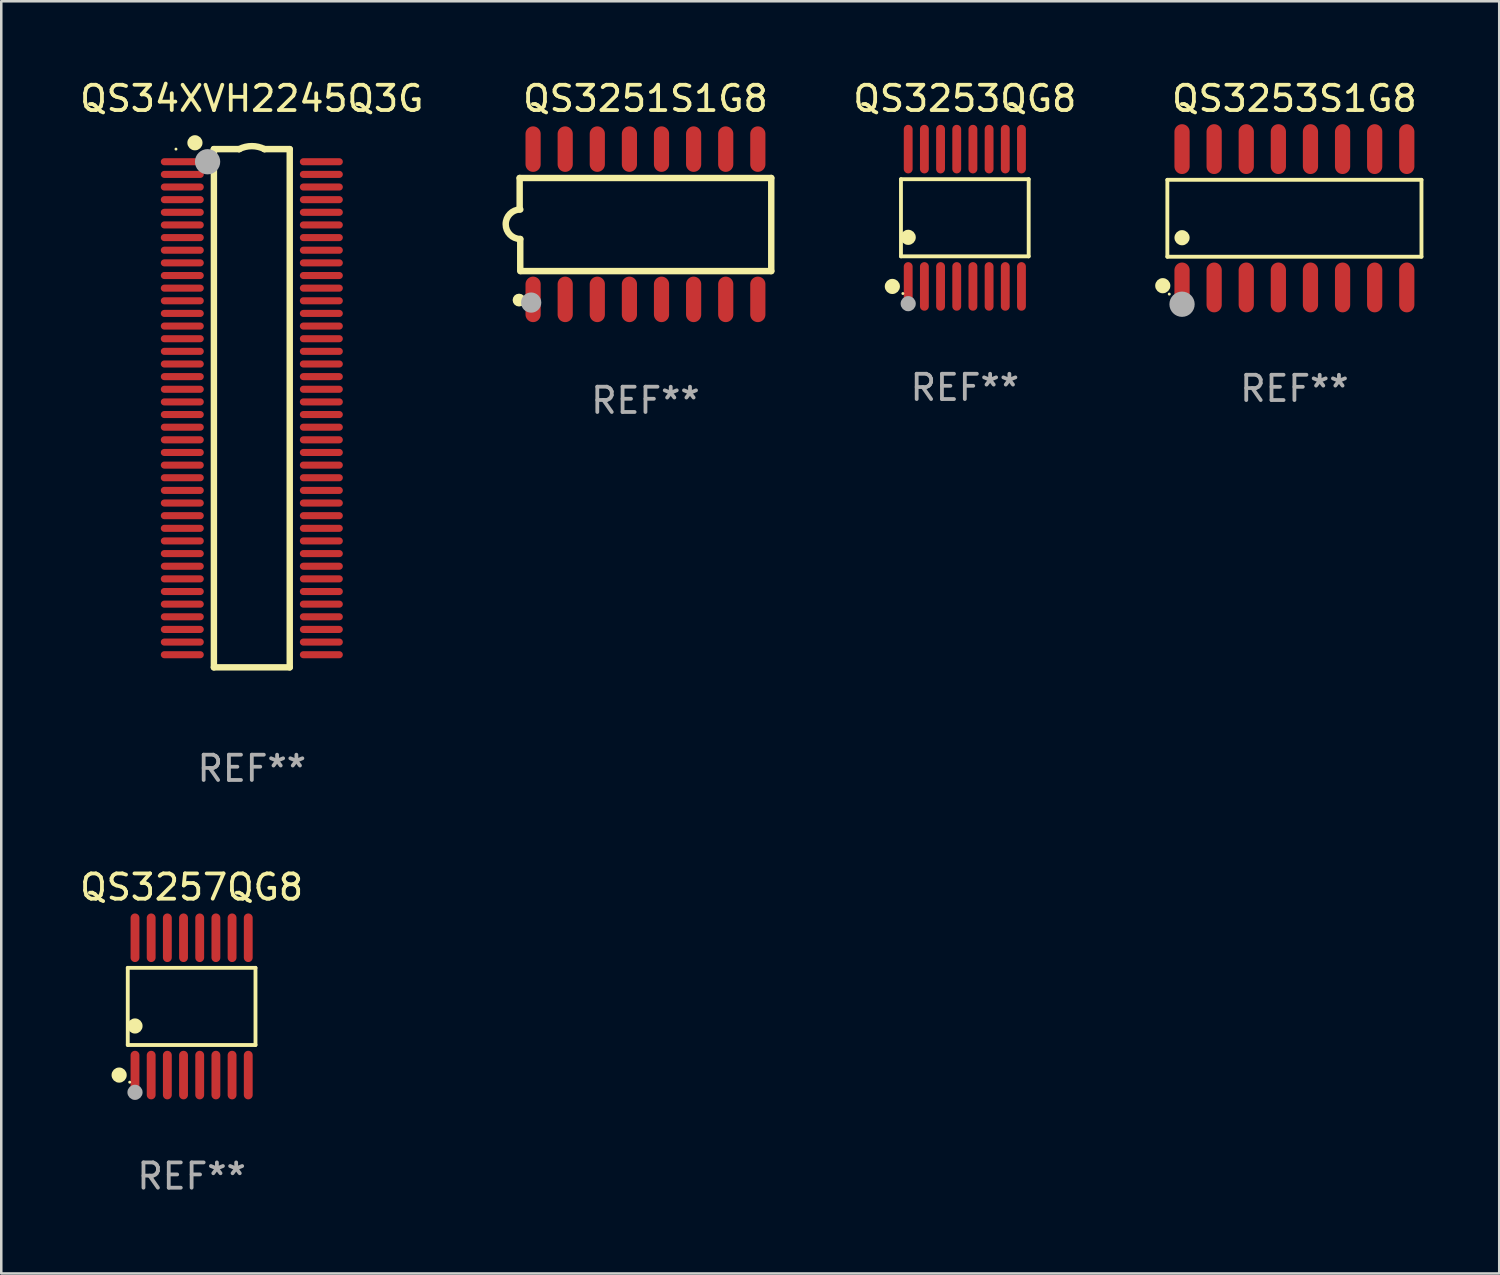
<source format=kicad_pcb>
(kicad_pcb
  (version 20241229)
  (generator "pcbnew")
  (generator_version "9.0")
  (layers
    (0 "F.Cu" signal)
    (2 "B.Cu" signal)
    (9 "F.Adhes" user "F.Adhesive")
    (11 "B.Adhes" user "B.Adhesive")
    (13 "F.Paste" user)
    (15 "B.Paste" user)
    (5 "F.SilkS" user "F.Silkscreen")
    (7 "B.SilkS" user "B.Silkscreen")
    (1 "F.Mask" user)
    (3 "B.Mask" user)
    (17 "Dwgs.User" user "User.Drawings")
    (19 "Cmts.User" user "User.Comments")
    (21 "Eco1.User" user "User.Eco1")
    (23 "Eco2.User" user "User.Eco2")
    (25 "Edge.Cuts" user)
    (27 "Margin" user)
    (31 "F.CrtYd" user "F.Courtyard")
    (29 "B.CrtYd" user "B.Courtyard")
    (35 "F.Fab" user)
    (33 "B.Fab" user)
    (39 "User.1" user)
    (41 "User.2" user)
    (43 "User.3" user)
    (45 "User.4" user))
  (footprint "QS3251S1G8"
    (layer "F.Cu")
    (at 22.482 5.82)
    (property "Reference" "QS3251S1G8" (at 0 -4.972 0) (layer "F.SilkS") (effects (font (size 1 1) (thickness 0.15))))
    (attr through_hole)
    (fp_line (start -4.976 -1.829) (end -4.976 -0.584) (stroke (width 0.254) (type solid)) (layer "F.SilkS"))
    (fp_line (start -4.953 0.584) (end -4.953 1.854) (stroke (width 0.254) (type solid)) (layer "F.SilkS"))
    (fp_line (start -4.928 1.854) (end 4.976 1.854) (stroke (width 0.254) (type solid)) (layer "F.SilkS"))
    (fp_line (start 4.976 -1.829) (end -4.976 -1.829) (stroke (width 0.254) (type solid)) (layer "F.SilkS"))
    (fp_line (start 4.976 1.854) (end 4.976 -1.829) (stroke (width 0.254) (type solid)) (layer "F.SilkS"))
    (fp_arc (start -4.95301 0.584201) (mid -5.533866 -0.00152) (end -4.950088 -0.584329) (stroke (width 0.254001) (type solid)) (layer "F.SilkS"))
    (fp_circle (center -5 3) (end -4.873 3) (stroke (width 0.254) (type solid)) (fill no) (layer "F.SilkS"))
    (fp_circle (center -4.521 3.099) (end -4.321 3.099) (stroke (width 0.4) (type solid)) (fill no) (layer "F.Fab"))
    (fp_text user "REF**" (at 0 6.972 0) (layer "F.Fab") (effects (font (size 1 1) (thickness 0.15))))
    (pad "1" smd oval (at -4.445 2.972 180) (size 0.6 1.8) (layers "F.Cu" "F.Mask" "F.Paste"))
    (pad "2" smd oval (at -3.175 2.972 180) (size 0.6 1.8) (layers "F.Cu" "F.Mask" "F.Paste"))
    (pad "3" smd oval (at -1.905 2.972 180) (size 0.6 1.8) (layers "F.Cu" "F.Mask" "F.Paste"))
    (pad "4" smd oval (at -0.635 2.972 180) (size 0.6 1.8) (layers "F.Cu" "F.Mask" "F.Paste"))
    (pad "5" smd oval (at 0.635 2.972 180) (size 0.6 1.8) (layers "F.Cu" "F.Mask" "F.Paste"))
    (pad "6" smd oval (at 1.905 2.972 180) (size 0.6 1.8) (layers "F.Cu" "F.Mask" "F.Paste"))
    (pad "7" smd oval (at 3.175 2.972 180) (size 0.6 1.8) (layers "F.Cu" "F.Mask" "F.Paste"))
    (pad "8" smd oval (at 4.445 2.972 180) (size 0.6 1.8) (layers "F.Cu" "F.Mask" "F.Paste"))
    (pad "9" smd oval (at 4.445 -2.972 180) (size 0.6 1.8) (layers "F.Cu" "F.Mask" "F.Paste"))
    (pad "10" smd oval (at 3.175 -2.972 180) (size 0.6 1.8) (layers "F.Cu" "F.Mask" "F.Paste"))
    (pad "11" smd oval (at 1.905 -2.972 180) (size 0.6 1.8) (layers "F.Cu" "F.Mask" "F.Paste"))
    (pad "12" smd oval (at 0.635 -2.972 180) (size 0.6 1.8) (layers "F.Cu" "F.Mask" "F.Paste"))
    (pad "13" smd oval (at -0.635 -2.972 180) (size 0.6 1.8) (layers "F.Cu" "F.Mask" "F.Paste"))
    (pad "14" smd oval (at -1.905 -2.972 180) (size 0.6 1.8) (layers "F.Cu" "F.Mask" "F.Paste"))
    (pad "15" smd oval (at -3.175 -2.972 180) (size 0.6 1.8) (layers "F.Cu" "F.Mask" "F.Paste"))
    (pad "16" smd oval (at -4.445 -2.972 180) (size 0.6 1.8) (layers "F.Cu" "F.Mask" "F.Paste")))
  (footprint "QS3253QG8"
    (layer "F.Cu")
    (at 35.115 5.564)
    (property "Reference" "QS3253QG8" (at 0 -4.716 0) (layer "F.SilkS") (effects (font (size 1 1) (thickness 0.15))))
    (attr through_hole)
    (fp_line (start -2.526 -1.526) (end 2.526 -1.526) (stroke (width 0.152) (type solid)) (layer "F.SilkS"))
    (fp_line (start -2.526 1.526) (end -2.526 -1.526) (stroke (width 0.152) (type solid)) (layer "F.SilkS"))
    (fp_line (start 2.526 -1.526) (end 2.526 1.526) (stroke (width 0.152) (type solid)) (layer "F.SilkS"))
    (fp_line (start 2.526 1.526) (end -2.526 1.526) (stroke (width 0.152) (type solid)) (layer "F.SilkS"))
    (fp_circle (center -2.867 2.716) (end -2.717 2.716) (stroke (width 0.3) (type solid)) (fill no) (layer "F.SilkS"))
    (fp_circle (center -2.45 2.997) (end -2.42 2.997) (stroke (width 0.06) (type solid)) (fill no) (layer "F.SilkS"))
    (fp_circle (center -2.24 0.774) (end -2.09 0.774) (stroke (width 0.3) (type solid)) (fill no) (layer "F.SilkS"))
    (fp_circle (center -2.24 3.398) (end -2.09 3.398) (stroke (width 0.3) (type solid)) (fill no) (layer "F.Fab"))
    (fp_text user "REF**" (at 0 6.716 0) (layer "F.Fab") (effects (font (size 1 1) (thickness 0.15))))
    (pad "1" smd oval (at -2.24 2.716) (size 0.35 1.922) (layers "F.Cu" "F.Mask" "F.Paste"))
    (pad "2" smd oval (at -1.6 2.716) (size 0.35 1.922) (layers "F.Cu" "F.Mask" "F.Paste"))
    (pad "3" smd oval (at -0.96 2.716) (size 0.35 1.922) (layers "F.Cu" "F.Mask" "F.Paste"))
    (pad "4" smd oval (at -0.32 2.716) (size 0.35 1.922) (layers "F.Cu" "F.Mask" "F.Paste"))
    (pad "5" smd oval (at 0.32 2.716) (size 0.35 1.922) (layers "F.Cu" "F.Mask" "F.Paste"))
    (pad "6" smd oval (at 0.96 2.716) (size 0.35 1.922) (layers "F.Cu" "F.Mask" "F.Paste"))
    (pad "7" smd oval (at 1.6 2.716) (size 0.35 1.922) (layers "F.Cu" "F.Mask" "F.Paste"))
    (pad "8" smd oval (at 2.24 2.716) (size 0.35 1.922) (layers "F.Cu" "F.Mask" "F.Paste"))
    (pad "9" smd oval (at 2.24 -2.716) (size 0.35 1.922) (layers "F.Cu" "F.Mask" "F.Paste"))
    (pad "10" smd oval (at 1.6 -2.716) (size 0.35 1.922) (layers "F.Cu" "F.Mask" "F.Paste"))
    (pad "11" smd oval (at 0.96 -2.716) (size 0.35 1.922) (layers "F.Cu" "F.Mask" "F.Paste"))
    (pad "12" smd oval (at 0.32 -2.716) (size 0.35 1.922) (layers "F.Cu" "F.Mask" "F.Paste"))
    (pad "13" smd oval (at -0.32 -2.716) (size 0.35 1.922) (layers "F.Cu" "F.Mask" "F.Paste"))
    (pad "14" smd oval (at -0.96 -2.716) (size 0.35 1.922) (layers "F.Cu" "F.Mask" "F.Paste"))
    (pad "15" smd oval (at -1.6 -2.716) (size 0.35 1.922) (layers "F.Cu" "F.Mask" "F.Paste"))
    (pad "16" smd oval (at -2.24 -2.716) (size 0.35 1.922) (layers "F.Cu" "F.Mask" "F.Paste")))
  (footprint "QS3257QG8"
    (layer "F.Cu")
    (at 4.53 36.76)
    (property "Reference" "QS3257QG8" (at 0 -4.716 0) (layer "F.SilkS") (effects (font (size 1 1) (thickness 0.15))))
    (attr through_hole)
    (fp_line (start -2.526 -1.526) (end 2.526 -1.526) (stroke (width 0.152) (type solid)) (layer "F.SilkS"))
    (fp_line (start -2.526 1.526) (end -2.526 -1.526) (stroke (width 0.152) (type solid)) (layer "F.SilkS"))
    (fp_line (start 2.526 -1.526) (end 2.526 1.526) (stroke (width 0.152) (type solid)) (layer "F.SilkS"))
    (fp_line (start 2.526 1.526) (end -2.526 1.526) (stroke (width 0.152) (type solid)) (layer "F.SilkS"))
    (fp_circle (center -2.867 2.716) (end -2.717 2.716) (stroke (width 0.3) (type solid)) (fill no) (layer "F.SilkS"))
    (fp_circle (center -2.45 2.997) (end -2.42 2.997) (stroke (width 0.06) (type solid)) (fill no) (layer "F.SilkS"))
    (fp_circle (center -2.24 0.774) (end -2.09 0.774) (stroke (width 0.3) (type solid)) (fill no) (layer "F.SilkS"))
    (fp_circle (center -2.24 3.398) (end -2.09 3.398) (stroke (width 0.3) (type solid)) (fill no) (layer "F.Fab"))
    (fp_text user "REF**" (at 0 6.716 0) (layer "F.Fab") (effects (font (size 1 1) (thickness 0.15))))
    (pad "1" smd oval (at -2.24 2.716) (size 0.35 1.922) (layers "F.Cu" "F.Mask" "F.Paste"))
    (pad "2" smd oval (at -1.6 2.716) (size 0.35 1.922) (layers "F.Cu" "F.Mask" "F.Paste"))
    (pad "3" smd oval (at -0.96 2.716) (size 0.35 1.922) (layers "F.Cu" "F.Mask" "F.Paste"))
    (pad "4" smd oval (at -0.32 2.716) (size 0.35 1.922) (layers "F.Cu" "F.Mask" "F.Paste"))
    (pad "5" smd oval (at 0.32 2.716) (size 0.35 1.922) (layers "F.Cu" "F.Mask" "F.Paste"))
    (pad "6" smd oval (at 0.96 2.716) (size 0.35 1.922) (layers "F.Cu" "F.Mask" "F.Paste"))
    (pad "7" smd oval (at 1.6 2.716) (size 0.35 1.922) (layers "F.Cu" "F.Mask" "F.Paste"))
    (pad "8" smd oval (at 2.24 2.716) (size 0.35 1.922) (layers "F.Cu" "F.Mask" "F.Paste"))
    (pad "9" smd oval (at 2.24 -2.716) (size 0.35 1.922) (layers "F.Cu" "F.Mask" "F.Paste"))
    (pad "10" smd oval (at 1.6 -2.716) (size 0.35 1.922) (layers "F.Cu" "F.Mask" "F.Paste"))
    (pad "11" smd oval (at 0.96 -2.716) (size 0.35 1.922) (layers "F.Cu" "F.Mask" "F.Paste"))
    (pad "12" smd oval (at 0.32 -2.716) (size 0.35 1.922) (layers "F.Cu" "F.Mask" "F.Paste"))
    (pad "13" smd oval (at -0.32 -2.716) (size 0.35 1.922) (layers "F.Cu" "F.Mask" "F.Paste"))
    (pad "14" smd oval (at -0.96 -2.716) (size 0.35 1.922) (layers "F.Cu" "F.Mask" "F.Paste"))
    (pad "15" smd oval (at -1.6 -2.716) (size 0.35 1.922) (layers "F.Cu" "F.Mask" "F.Paste"))
    (pad "16" smd oval (at -2.24 -2.716) (size 0.35 1.922) (layers "F.Cu" "F.Mask" "F.Paste")))
  (footprint "QS3253S1G8"
    (layer "F.Cu")
    (at 48.152 5.584)
    (property "Reference" "QS3253S1G8" (at 0 -4.736 0) (layer "F.SilkS") (effects (font (size 1 1) (thickness 0.15))))
    (attr through_hole)
    (fp_line (start -5.026 -1.521) (end 5.026 -1.521) (stroke (width 0.152) (type solid)) (layer "F.SilkS"))
    (fp_line (start -5.026 1.521) (end -5.026 -1.521) (stroke (width 0.152) (type solid)) (layer "F.SilkS"))
    (fp_line (start 5.026 -1.521) (end 5.026 1.521) (stroke (width 0.152) (type solid)) (layer "F.SilkS"))
    (fp_line (start 5.026 1.521) (end -5.026 1.521) (stroke (width 0.152) (type solid)) (layer "F.SilkS"))
    (fp_circle (center -5.207 2.667) (end -5.057 2.667) (stroke (width 0.3) (type solid)) (fill no) (layer "F.SilkS"))
    (fp_circle (center -4.95 3) (end -4.92 3) (stroke (width 0.06) (type solid)) (fill no) (layer "F.SilkS"))
    (fp_circle (center -4.445 0.769) (end -4.295 0.769) (stroke (width 0.3) (type solid)) (fill no) (layer "F.SilkS"))
    (fp_circle (center -4.445 3.4) (end -4.195 3.4) (stroke (width 0.5) (type solid)) (fill no) (layer "F.Fab"))
    (fp_text user "REF**" (at 0 6.736 0) (layer "F.Fab") (effects (font (size 1 1) (thickness 0.15))))
    (pad "1" smd oval (at -4.445 2.736) (size 0.602 1.971) (layers "F.Cu" "F.Mask" "F.Paste"))
    (pad "2" smd oval (at -3.175 2.736) (size 0.602 1.971) (layers "F.Cu" "F.Mask" "F.Paste"))
    (pad "3" smd oval (at -1.905 2.736) (size 0.602 1.971) (layers "F.Cu" "F.Mask" "F.Paste"))
    (pad "4" smd oval (at -0.635 2.736) (size 0.602 1.971) (layers "F.Cu" "F.Mask" "F.Paste"))
    (pad "5" smd oval (at 0.635 2.736) (size 0.602 1.971) (layers "F.Cu" "F.Mask" "F.Paste"))
    (pad "6" smd oval (at 1.905 2.736) (size 0.602 1.971) (layers "F.Cu" "F.Mask" "F.Paste"))
    (pad "7" smd oval (at 3.175 2.736) (size 0.602 1.971) (layers "F.Cu" "F.Mask" "F.Paste"))
    (pad "8" smd oval (at 4.445 2.736) (size 0.602 1.971) (layers "F.Cu" "F.Mask" "F.Paste"))
    (pad "9" smd oval (at 4.445 -2.736) (size 0.602 1.971) (layers "F.Cu" "F.Mask" "F.Paste"))
    (pad "10" smd oval (at 3.175 -2.736) (size 0.602 1.971) (layers "F.Cu" "F.Mask" "F.Paste"))
    (pad "11" smd oval (at 1.905 -2.736) (size 0.602 1.971) (layers "F.Cu" "F.Mask" "F.Paste"))
    (pad "12" smd oval (at 0.635 -2.736) (size 0.602 1.971) (layers "F.Cu" "F.Mask" "F.Paste"))
    (pad "13" smd oval (at -0.635 -2.736) (size 0.602 1.971) (layers "F.Cu" "F.Mask" "F.Paste"))
    (pad "14" smd oval (at -1.905 -2.736) (size 0.602 1.971) (layers "F.Cu" "F.Mask" "F.Paste"))
    (pad "15" smd oval (at -3.175 -2.736) (size 0.602 1.971) (layers "F.Cu" "F.Mask" "F.Paste"))
    (pad "16" smd oval (at -4.445 -2.736) (size 0.602 1.971) (layers "F.Cu" "F.Mask" "F.Paste")))
  (footprint "QS34XVH2245Q3G"
    (layer "F.Cu")
    (at 6.911 13.098)
    (property "Reference" "QS34XVH2245Q3G" (at 0 -12.25 0) (layer "F.SilkS") (effects (font (size 1 1) (thickness 0.15))))
    (attr through_hole)
    (fp_line (start -1.5 -10.25) (end -1.5 -10.25) (stroke (width 0.254) (type solid)) (layer "F.SilkS"))
    (fp_line (start -1.5 -10.25) (end -0.5 -10.25) (stroke (width 0.254) (type solid)) (layer "F.SilkS"))
    (fp_line (start -1.5 10.25) (end -1.5 -10.25) (stroke (width 0.254) (type solid)) (layer "F.SilkS"))
    (fp_line (start -0.5 -10.25) (end -0.5 -10.25) (stroke (width 0.254) (type solid)) (layer "F.SilkS"))
    (fp_line (start 0.5 -10.25) (end 0.5 -10.25) (stroke (width 0.254) (type solid)) (layer "F.SilkS"))
    (fp_line (start 0.5 -10.25) (end 1.5 -10.25) (stroke (width 0.254) (type solid)) (layer "F.SilkS"))
    (fp_line (start 1.5 -10.25) (end 1.5 10.25) (stroke (width 0.254) (type solid)) (layer "F.SilkS"))
    (fp_line (start 1.5 10.25) (end -1.5 10.25) (stroke (width 0.254) (type solid)) (layer "F.SilkS"))
    (fp_arc (start -0.500381 -10.249962) (mid 0 -10.368126) (end 0.500381 -10.249962) (stroke (width 0.254001) (type solid)) (layer "F.SilkS"))
    (fp_circle (center -3 -10.25) (end -2.97 -10.25) (stroke (width 0.06) (type solid)) (fill no) (layer "F.SilkS"))
    (fp_circle (center -2.25 -10.5) (end -2.1 -10.5) (stroke (width 0.3) (type solid)) (fill no) (layer "F.SilkS"))
    (fp_circle (center -1.75 -9.75) (end -1.5 -9.75) (stroke (width 0.5) (type solid)) (fill no) (layer "F.Fab"))
    (fp_text user "REF**" (at 0 14.25 0) (layer "F.Fab") (effects (font (size 1 1) (thickness 0.15))))
    (pad "1" smd oval (at -2.75 -9.75 180) (size 1.7 0.28) (layers "F.Cu" "F.Mask" "F.Paste"))
    (pad "2" smd oval (at -2.75 -9.25 180) (size 1.7 0.28) (layers "F.Cu" "F.Mask" "F.Paste"))
    (pad "3" smd oval (at -2.75 -8.75 180) (size 1.7 0.28) (layers "F.Cu" "F.Mask" "F.Paste"))
    (pad "4" smd oval (at -2.75 -8.25 180) (size 1.7 0.28) (layers "F.Cu" "F.Mask" "F.Paste"))
    (pad "5" smd oval (at -2.75 -7.75 180) (size 1.7 0.28) (layers "F.Cu" "F.Mask" "F.Paste"))
    (pad "6" smd oval (at -2.75 -7.25 180) (size 1.7 0.28) (layers "F.Cu" "F.Mask" "F.Paste"))
    (pad "7" smd oval (at -2.75 -6.75 180) (size 1.7 0.28) (layers "F.Cu" "F.Mask" "F.Paste"))
    (pad "8" smd oval (at -2.75 -6.25 180) (size 1.7 0.28) (layers "F.Cu" "F.Mask" "F.Paste"))
    (pad "9" smd oval (at -2.75 -5.75 180) (size 1.7 0.28) (layers "F.Cu" "F.Mask" "F.Paste"))
    (pad "10" smd oval (at -2.75 -5.25 180) (size 1.7 0.28) (layers "F.Cu" "F.Mask" "F.Paste"))
    (pad "11" smd oval (at -2.75 -4.75 180) (size 1.7 0.28) (layers "F.Cu" "F.Mask" "F.Paste"))
    (pad "12" smd oval (at -2.75 -4.25 180) (size 1.7 0.28) (layers "F.Cu" "F.Mask" "F.Paste"))
    (pad "13" smd oval (at -2.75 -3.75 180) (size 1.7 0.28) (layers "F.Cu" "F.Mask" "F.Paste"))
    (pad "14" smd oval (at -2.75 -3.25 180) (size 1.7 0.28) (layers "F.Cu" "F.Mask" "F.Paste"))
    (pad "15" smd oval (at -2.75 -2.75 180) (size 1.7 0.28) (layers "F.Cu" "F.Mask" "F.Paste"))
    (pad "16" smd oval (at -2.75 -2.25 180) (size 1.7 0.28) (layers "F.Cu" "F.Mask" "F.Paste"))
    (pad "17" smd oval (at -2.75 -1.75 180) (size 1.7 0.28) (layers "F.Cu" "F.Mask" "F.Paste"))
    (pad "18" smd oval (at -2.75 -1.25 180) (size 1.7 0.28) (layers "F.Cu" "F.Mask" "F.Paste"))
    (pad "19" smd oval (at -2.75 -0.75 180) (size 1.7 0.28) (layers "F.Cu" "F.Mask" "F.Paste"))
    (pad "20" smd oval (at -2.75 -0.25 180) (size 1.7 0.28) (layers "F.Cu" "F.Mask" "F.Paste"))
    (pad "21" smd oval (at -2.75 0.25) (size 1.7 0.28) (layers "F.Cu" "F.Mask" "F.Paste"))
    (pad "22" smd oval (at -2.75 0.75) (size 1.7 0.28) (layers "F.Cu" "F.Mask" "F.Paste"))
    (pad "23" smd oval (at -2.75 1.25) (size 1.7 0.28) (layers "F.Cu" "F.Mask" "F.Paste"))
    (pad "24" smd oval (at -2.75 1.75) (size 1.7 0.28) (layers "F.Cu" "F.Mask" "F.Paste"))
    (pad "25" smd oval (at -2.75 2.25) (size 1.7 0.28) (layers "F.Cu" "F.Mask" "F.Paste"))
    (pad "26" smd oval (at -2.75 2.75) (size 1.7 0.28) (layers "F.Cu" "F.Mask" "F.Paste"))
    (pad "27" smd oval (at -2.75 3.25) (size 1.7 0.28) (layers "F.Cu" "F.Mask" "F.Paste"))
    (pad "28" smd oval (at -2.75 3.75) (size 1.7 0.28) (layers "F.Cu" "F.Mask" "F.Paste"))
    (pad "29" smd oval (at -2.75 4.25) (size 1.7 0.28) (layers "F.Cu" "F.Mask" "F.Paste"))
    (pad "30" smd oval (at -2.75 4.75) (size 1.7 0.28) (layers "F.Cu" "F.Mask" "F.Paste"))
    (pad "31" smd oval (at -2.75 5.25) (size 1.7 0.28) (layers "F.Cu" "F.Mask" "F.Paste"))
    (pad "32" smd oval (at -2.75 5.75) (size 1.7 0.28) (layers "F.Cu" "F.Mask" "F.Paste"))
    (pad "33" smd oval (at -2.75 6.25) (size 1.7 0.28) (layers "F.Cu" "F.Mask" "F.Paste"))
    (pad "34" smd oval (at -2.75 6.75) (size 1.7 0.28) (layers "F.Cu" "F.Mask" "F.Paste"))
    (pad "35" smd oval (at -2.75 7.25) (size 1.7 0.28) (layers "F.Cu" "F.Mask" "F.Paste"))
    (pad "36" smd oval (at -2.75 7.75) (size 1.7 0.28) (layers "F.Cu" "F.Mask" "F.Paste"))
    (pad "37" smd oval (at -2.75 8.25) (size 1.7 0.28) (layers "F.Cu" "F.Mask" "F.Paste"))
    (pad "38" smd oval (at -2.75 8.75) (size 1.7 0.28) (layers "F.Cu" "F.Mask" "F.Paste"))
    (pad "39" smd oval (at -2.75 9.25) (size 1.7 0.28) (layers "F.Cu" "F.Mask" "F.Paste"))
    (pad "40" smd oval (at -2.75 9.75) (size 1.7 0.28) (layers "F.Cu" "F.Mask" "F.Paste"))
    (pad "41" smd oval (at 2.75 9.75) (size 1.7 0.28) (layers "F.Cu" "F.Mask" "F.Paste"))
    (pad "42" smd oval (at 2.75 9.25) (size 1.7 0.28) (layers "F.Cu" "F.Mask" "F.Paste"))
    (pad "43" smd oval (at 2.75 8.75) (size 1.7 0.28) (layers "F.Cu" "F.Mask" "F.Paste"))
    (pad "44" smd oval (at 2.75 8.25) (size 1.7 0.28) (layers "F.Cu" "F.Mask" "F.Paste"))
    (pad "45" smd oval (at 2.75 7.75) (size 1.7 0.28) (layers "F.Cu" "F.Mask" "F.Paste"))
    (pad "46" smd oval (at 2.75 7.25) (size 1.7 0.28) (layers "F.Cu" "F.Mask" "F.Paste"))
    (pad "47" smd oval (at 2.75 6.75) (size 1.7 0.28) (layers "F.Cu" "F.Mask" "F.Paste"))
    (pad "48" smd oval (at 2.75 6.25) (size 1.7 0.28) (layers "F.Cu" "F.Mask" "F.Paste"))
    (pad "49" smd oval (at 2.75 5.75) (size 1.7 0.28) (layers "F.Cu" "F.Mask" "F.Paste"))
    (pad "50" smd oval (at 2.75 5.25) (size 1.7 0.28) (layers "F.Cu" "F.Mask" "F.Paste"))
    (pad "51" smd oval (at 2.75 4.75) (size 1.7 0.28) (layers "F.Cu" "F.Mask" "F.Paste"))
    (pad "52" smd oval (at 2.75 4.25) (size 1.7 0.28) (layers "F.Cu" "F.Mask" "F.Paste"))
    (pad "53" smd oval (at 2.75 3.75) (size 1.7 0.28) (layers "F.Cu" "F.Mask" "F.Paste"))
    (pad "54" smd oval (at 2.75 3.25) (size 1.7 0.28) (layers "F.Cu" "F.Mask" "F.Paste"))
    (pad "55" smd oval (at 2.75 2.75) (size 1.7 0.28) (layers "F.Cu" "F.Mask" "F.Paste"))
    (pad "56" smd oval (at 2.75 2.25) (size 1.7 0.28) (layers "F.Cu" "F.Mask" "F.Paste"))
    (pad "57" smd oval (at 2.75 1.75) (size 1.7 0.28) (layers "F.Cu" "F.Mask" "F.Paste"))
    (pad "58" smd oval (at 2.75 1.25) (size 1.7 0.28) (layers "F.Cu" "F.Mask" "F.Paste"))
    (pad "59" smd oval (at 2.75 0.75) (size 1.7 0.28) (layers "F.Cu" "F.Mask" "F.Paste"))
    (pad "60" smd oval (at 2.75 0.25) (size 1.7 0.28) (layers "F.Cu" "F.Mask" "F.Paste"))
    (pad "61" smd oval (at 2.75 -0.25) (size 1.7 0.28) (layers "F.Cu" "F.Mask" "F.Paste"))
    (pad "62" smd oval (at 2.75 -0.75) (size 1.7 0.28) (layers "F.Cu" "F.Mask" "F.Paste"))
    (pad "63" smd oval (at 2.75 -1.25) (size 1.7 0.28) (layers "F.Cu" "F.Mask" "F.Paste"))
    (pad "64" smd oval (at 2.75 -1.75) (size 1.7 0.28) (layers "F.Cu" "F.Mask" "F.Paste"))
    (pad "65" smd oval (at 2.75 -2.25) (size 1.7 0.28) (layers "F.Cu" "F.Mask" "F.Paste"))
    (pad "66" smd oval (at 2.75 -2.75) (size 1.7 0.28) (layers "F.Cu" "F.Mask" "F.Paste"))
    (pad "67" smd oval (at 2.75 -3.25) (size 1.7 0.28) (layers "F.Cu" "F.Mask" "F.Paste"))
    (pad "68" smd oval (at 2.75 -3.75) (size 1.7 0.28) (layers "F.Cu" "F.Mask" "F.Paste"))
    (pad "69" smd oval (at 2.75 -4.25) (size 1.7 0.28) (layers "F.Cu" "F.Mask" "F.Paste"))
    (pad "70" smd oval (at 2.75 -4.75) (size 1.7 0.28) (layers "F.Cu" "F.Mask" "F.Paste"))
    (pad "71" smd oval (at 2.75 -5.25) (size 1.7 0.28) (layers "F.Cu" "F.Mask" "F.Paste"))
    (pad "72" smd oval (at 2.75 -5.75) (size 1.7 0.28) (layers "F.Cu" "F.Mask" "F.Paste"))
    (pad "73" smd oval (at 2.75 -6.25) (size 1.7 0.28) (layers "F.Cu" "F.Mask" "F.Paste"))
    (pad "74" smd oval (at 2.75 -6.75) (size 1.7 0.28) (layers "F.Cu" "F.Mask" "F.Paste"))
    (pad "75" smd oval (at 2.75 -7.25) (size 1.7 0.28) (layers "F.Cu" "F.Mask" "F.Paste"))
    (pad "76" smd oval (at 2.75 -7.75) (size 1.7 0.28) (layers "F.Cu" "F.Mask" "F.Paste"))
    (pad "77" smd oval (at 2.75 -8.25) (size 1.7 0.28) (layers "F.Cu" "F.Mask" "F.Paste"))
    (pad "78" smd oval (at 2.75 -8.75) (size 1.7 0.28) (layers "F.Cu" "F.Mask" "F.Paste"))
    (pad "79" smd oval (at 2.75 -9.25) (size 1.7 0.28) (layers "F.Cu" "F.Mask" "F.Paste"))
    (pad "80" smd oval (at 2.75 -9.75) (size 1.7 0.28) (layers "F.Cu" "F.Mask" "F.Paste")))
  (gr_rect
    (start -3 -3)
    (end 56.254 47.324)
    (stroke (width 0.1) (type default))
    (fill no)
    (layer "Edge.Cuts")))
</source>
